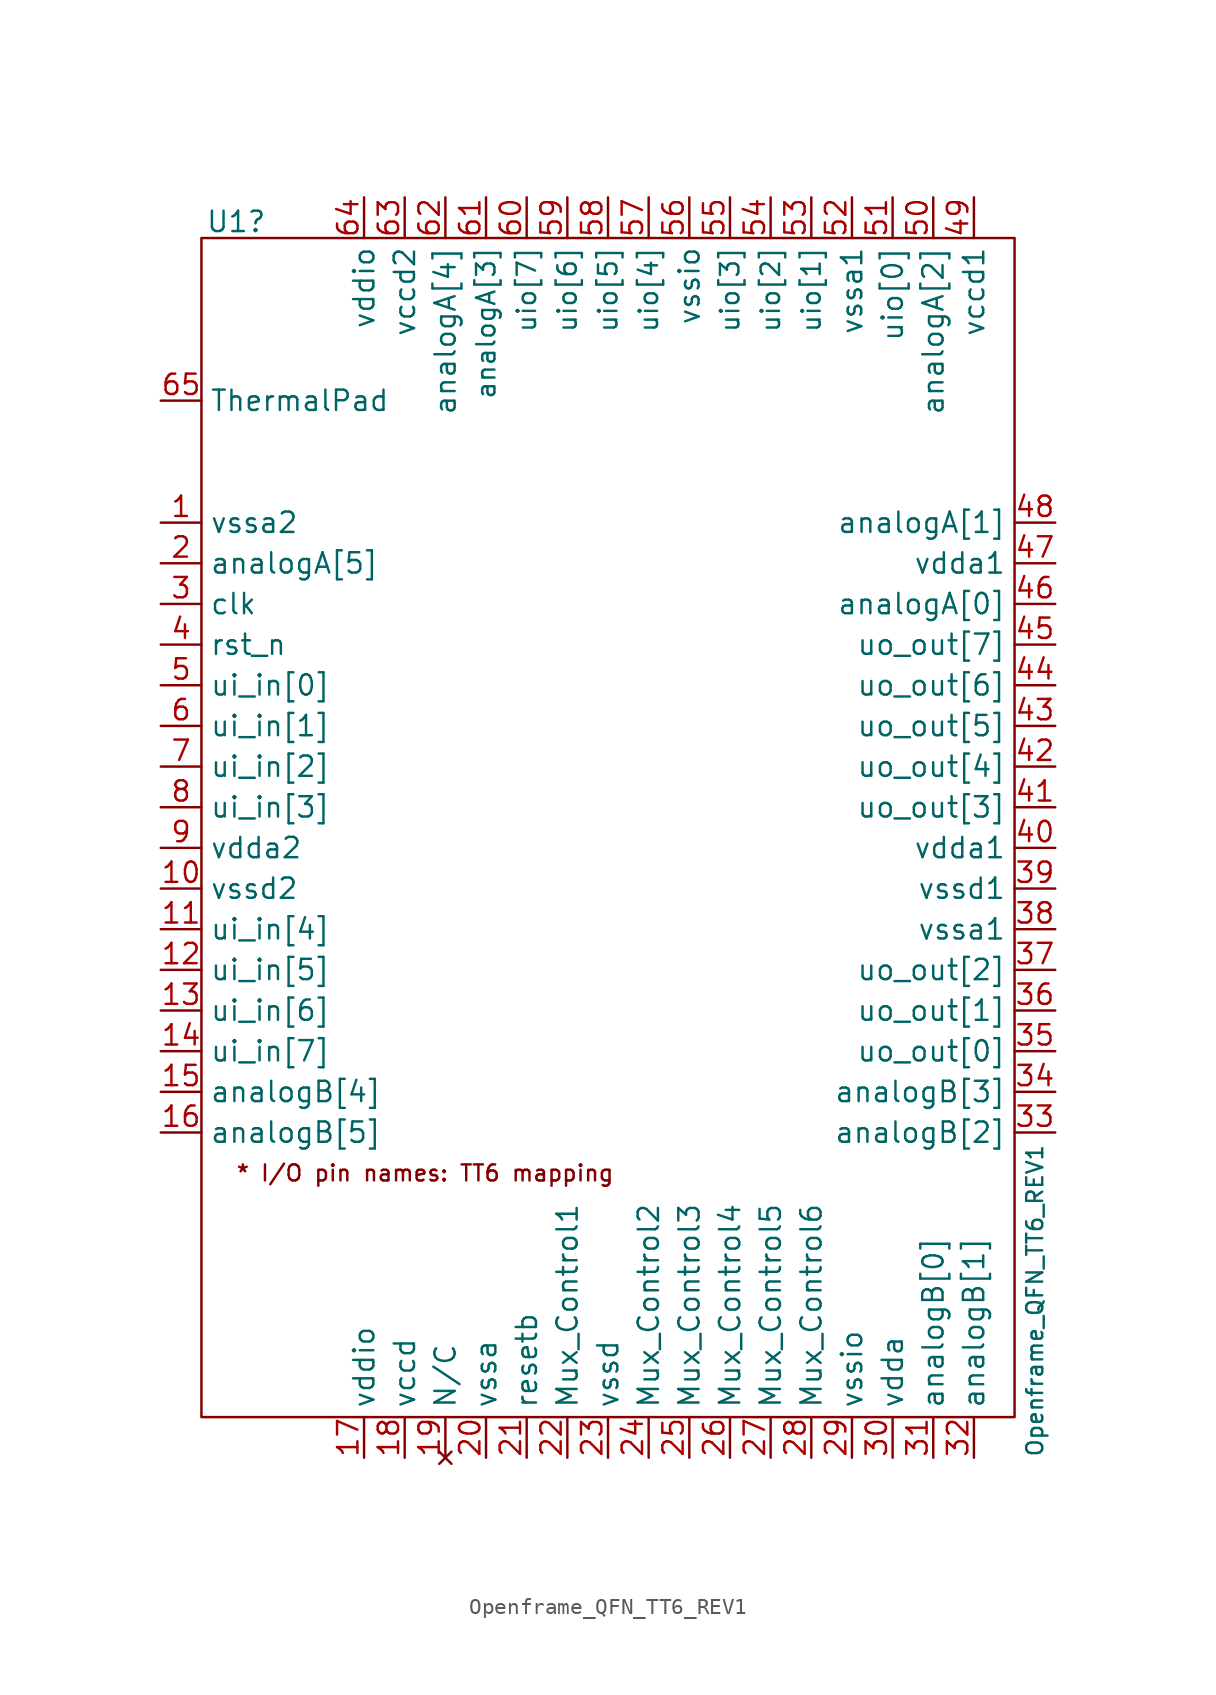
<source format=kicad_sym>
(kicad_symbol_lib
  (version 20231120)
  (generator "kicad_symbol_editor")
  (generator_version "8.0")
  (symbol "Openframe_QFN_TT6_REV1"
    (property "Reference" "U1"
      (at -26.416 41.656 0)
      (effects (font (size 1.27 1.27)) (justify left)))
    (property "Value" "Openframe_QFN_TT6_REV1"
      (at 25.4 -35.56 90)
      (effects (font (size 1 1)) (justify left)))
    (symbol "Openframe_QFN_TT6_REV1_0_1"
      (rectangle (start -26.67 40.64) (end 24.13 -33.02) (stroke (width 0) (type default)) (fill (type none))))
    (symbol "Openframe_QFN_TT6_REV1_1_1"
      (text "* I/O pin names: TT6 mapping" (at -12.7 -17.78 0) (effects (font (size 1 1))))
      (pin power_in line (at -29.21 22.86 0) (length 2.54) (name "vssa2" (effects (font (size 1.27 1.27)))) (number "1" (effects (font (size 1.27 1.27)))))
      (pin power_in line (at -29.21 0 0) (length 2.54) (name "vssd2" (effects (font (size 1.27 1.27)))) (number "10" (effects (font (size 1.27 1.27)))))
      (pin input line (at -29.21 -2.54 0) (length 2.54) (name "ui_in[4]" (effects (font (size 1.27 1.27)))) (number "11" (effects (font (size 1.27 1.27)))))
      (pin input line (at -29.21 -5.08 0) (length 2.54) (name "ui_in[5]" (effects (font (size 1.27 1.27)))) (number "12" (effects (font (size 1.27 1.27)))))
      (pin input line (at -29.21 -7.62 0) (length 2.54) (name "ui_in[6]" (effects (font (size 1.27 1.27)))) (number "13" (effects (font (size 1.27 1.27)))))
      (pin input line (at -29.21 -10.16 0) (length 2.54) (name "ui_in[7]" (effects (font (size 1.27 1.27)))) (number "14" (effects (font (size 1.27 1.27)))))
      (pin tri_state line (at -29.21 -12.7 0) (length 2.54) (name "analogB[4]" (effects (font (size 1.27 1.27)))) (number "15" (effects (font (size 1.27 1.27)))))
      (pin tri_state line (at -29.21 -15.24 0) (length 2.54) (name "analogB[5]" (effects (font (size 1.27 1.27)))) (number "16" (effects (font (size 1.27 1.27)))))
      (pin power_in line (at -16.51 -35.56 90) (length 2.54) (name "vddio" (effects (font (size 1.27 1.27)))) (number "17" (effects (font (size 1.27 1.27)))))
      (pin power_in line (at -13.97 -35.56 90) (length 2.54) (name "vccd" (effects (font (size 1.27 1.27)))) (number "18" (effects (font (size 1.27 1.27)))))
      (pin no_connect line (at -11.43 -35.56 90) (length 2.54) (name "N/C" (effects (font (size 1.27 1.27)))) (number "19" (effects (font (size 1.27 1.27)))))
      (pin tri_state line (at -29.21 20.32 0) (length 2.54) (name "analogA[5]" (effects (font (size 1.27 1.27)))) (number "2" (effects (font (size 1.27 1.27)))))
      (pin power_in line (at -8.89 -35.56 90) (length 2.54) (name "vssa" (effects (font (size 1.27 1.27)))) (number "20" (effects (font (size 1.27 1.27)))))
      (pin input line (at -6.35 -35.56 90) (length 2.54) (name "resetb" (effects (font (size 1.27 1.27)))) (number "21" (effects (font (size 1.27 1.27)))))
      (pin input line (at -3.81 -35.56 90) (length 2.54) (name "Mux_Control1" (effects (font (size 1.27 1.27)))) (number "22" (effects (font (size 1.27 1.27)))))
      (pin power_in line (at -1.27 -35.56 90) (length 2.54) (name "vssd" (effects (font (size 1.27 1.27)))) (number "23" (effects (font (size 1.27 1.27)))))
      (pin output line (at 1.27 -35.56 90) (length 2.54) (name "Mux_Control2" (effects (font (size 1.27 1.27)))) (number "24" (effects (font (size 1.27 1.27)))))
      (pin output line (at 3.81 -35.56 90) (length 2.54) (name "Mux_Control3" (effects (font (size 1.27 1.27)))) (number "25" (effects (font (size 1.27 1.27)))))
      (pin bidirectional line (at 6.35 -35.56 90) (length 2.54) (name "Mux_Control4" (effects (font (size 1.27 1.27)))) (number "26" (effects (font (size 1.27 1.27)))))
      (pin bidirectional line (at 8.89 -35.56 90) (length 2.54) (name "Mux_Control5" (effects (font (size 1.27 1.27)))) (number "27" (effects (font (size 1.27 1.27)))))
      (pin bidirectional line (at 11.43 -35.56 90) (length 2.54) (name "Mux_Control6" (effects (font (size 1.27 1.27)))) (number "28" (effects (font (size 1.27 1.27)))))
      (pin power_in line (at 13.97 -35.56 90) (length 2.54) (name "vssio" (effects (font (size 1.27 1.27)))) (number "29" (effects (font (size 1.27 1.27)))))
      (pin input line (at -29.21 17.78 0) (length 2.54) (name "clk" (effects (font (size 1.27 1.27)))) (number "3" (effects (font (size 1.27 1.27)))))
      (pin power_in line (at 16.51 -35.56 90) (length 2.54) (name "vdda" (effects (font (size 1.27 1.27)))) (number "30" (effects (font (size 1.27 1.27)))))
      (pin tri_state line (at 19.05 -35.56 90) (length 2.54) (name "analogB[0]" (effects (font (size 1.27 1.27)))) (number "31" (effects (font (size 1.27 1.27)))))
      (pin tri_state line (at 21.59 -35.56 90) (length 2.54) (name "analogB[1]" (effects (font (size 1.27 1.27)))) (number "32" (effects (font (size 1.27 1.27)))))
      (pin tri_state line (at 26.67 -15.24 180) (length 2.54) (name "analogB[2]" (effects (font (size 1.27 1.27)))) (number "33" (effects (font (size 1.27 1.27)))))
      (pin tri_state line (at 26.67 -12.7 180) (length 2.54) (name "analogB[3]" (effects (font (size 1.27 1.27)))) (number "34" (effects (font (size 1.27 1.27)))))
      (pin output line (at 26.67 -10.16 180) (length 2.54) (name "uo_out[0]" (effects (font (size 1.27 1.27)))) (number "35" (effects (font (size 1.27 1.27)))))
      (pin output line (at 26.67 -7.62 180) (length 2.54) (name "uo_out[1]" (effects (font (size 1.27 1.27)))) (number "36" (effects (font (size 1.27 1.27)))))
      (pin output line (at 26.67 -5.08 180) (length 2.54) (name "uo_out[2]" (effects (font (size 1.27 1.27)))) (number "37" (effects (font (size 1.27 1.27)))))
      (pin power_in line (at 26.67 -2.54 180) (length 2.54) (name "vssa1" (effects (font (size 1.27 1.27)))) (number "38" (effects (font (size 1.27 1.27)))))
      (pin power_in line (at 26.67 0 180) (length 2.54) (name "vssd1" (effects (font (size 1.27 1.27)))) (number "39" (effects (font (size 1.27 1.27)))))
      (pin input line (at -29.21 15.24 0) (length 2.54) (name "rst_n" (effects (font (size 1.27 1.27)))) (number "4" (effects (font (size 1.27 1.27)))))
      (pin power_in line (at 26.67 2.54 180) (length 2.54) (name "vdda1" (effects (font (size 1.27 1.27)))) (number "40" (effects (font (size 1.27 1.27)))))
      (pin output line (at 26.67 5.08 180) (length 2.54) (name "uo_out[3]" (effects (font (size 1.27 1.27)))) (number "41" (effects (font (size 1.27 1.27)))))
      (pin output line (at 26.67 7.62 180) (length 2.54) (name "uo_out[4]" (effects (font (size 1.27 1.27)))) (number "42" (effects (font (size 1.27 1.27)))))
      (pin output line (at 26.67 10.16 180) (length 2.54) (name "uo_out[5]" (effects (font (size 1.27 1.27)))) (number "43" (effects (font (size 1.27 1.27)))))
      (pin output line (at 26.67 12.7 180) (length 2.54) (name "uo_out[6]" (effects (font (size 1.27 1.27)))) (number "44" (effects (font (size 1.27 1.27)))))
      (pin output line (at 26.67 15.24 180) (length 2.54) (name "uo_out[7]" (effects (font (size 1.27 1.27)))) (number "45" (effects (font (size 1.27 1.27)))))
      (pin tri_state line (at 26.67 17.78 180) (length 2.54) (name "analogA[0]" (effects (font (size 1.27 1.27)))) (number "46" (effects (font (size 1.27 1.27)))))
      (pin power_in line (at 26.67 20.32 180) (length 2.54) (name "vdda1" (effects (font (size 1.27 1.27)))) (number "47" (effects (font (size 1.27 1.27)))))
      (pin tri_state line (at 26.67 22.86 180) (length 2.54) (name "analogA[1]" (effects (font (size 1.27 1.27)))) (number "48" (effects (font (size 1.27 1.27)))))
      (pin power_in line (at 21.59 43.18 270) (length 2.54) (name "vccd1" (effects (font (size 1.27 1.27)))) (number "49" (effects (font (size 1.27 1.27)))))
      (pin input line (at -29.21 12.7 0) (length 2.54) (name "ui_in[0]" (effects (font (size 1.27 1.27)))) (number "5" (effects (font (size 1.27 1.27)))))
      (pin tri_state line (at 19.05 43.18 270) (length 2.54) (name "analogA[2]" (effects (font (size 1.27 1.27)))) (number "50" (effects (font (size 1.27 1.27)))))
      (pin bidirectional line (at 16.51 43.18 270) (length 2.54) (name "uio[0]" (effects (font (size 1.27 1.27)))) (number "51" (effects (font (size 1.27 1.27)))))
      (pin power_in line (at 13.97 43.18 270) (length 2.54) (name "vssa1" (effects (font (size 1.27 1.27)))) (number "52" (effects (font (size 1.27 1.27)))))
      (pin bidirectional line (at 11.43 43.18 270) (length 2.54) (name "uio[1]" (effects (font (size 1.15 1.15)))) (number "53" (effects (font (size 1.27 1.27)))))
      (pin bidirectional line (at 8.89 43.18 270) (length 2.54) (name "uio[2]" (effects (font (size 1.15 1.15)))) (number "54" (effects (font (size 1.27 1.27)))))
      (pin bidirectional line (at 6.35 43.18 270) (length 2.54) (name "uio[3]" (effects (font (size 1.15 1.15)))) (number "55" (effects (font (size 1.27 1.27)))))
      (pin power_in line (at 3.81 43.18 270) (length 2.54) (name "vssio" (effects (font (size 1.27 1.27)))) (number "56" (effects (font (size 1.27 1.27)))))
      (pin bidirectional line (at 1.27 43.18 270) (length 2.54) (name "uio[4]" (effects (font (size 1.15 1.15)))) (number "57" (effects (font (size 1.27 1.27)))))
      (pin bidirectional line (at -1.27 43.18 270) (length 2.54) (name "uio[5]" (effects (font (size 1.15 1.15)))) (number "58" (effects (font (size 1.27 1.27)))))
      (pin bidirectional line (at -3.81 43.18 270) (length 2.54) (name "uio[6]" (effects (font (size 1.15 1.15)))) (number "59" (effects (font (size 1.27 1.27)))))
      (pin input line (at -29.21 10.16 0) (length 2.54) (name "ui_in[1]" (effects (font (size 1.27 1.27)))) (number "6" (effects (font (size 1.27 1.27)))))
      (pin bidirectional line (at -6.35 43.18 270) (length 2.54) (name "uio[7]" (effects (font (size 1.15 1.15)))) (number "60" (effects (font (size 1.27 1.27)))))
      (pin tri_state line (at -8.89 43.18 270) (length 2.54) (name "analogA[3]" (effects (font (size 1.15 1.15)))) (number "61" (effects (font (size 1.27 1.27)))))
      (pin tri_state line (at -11.43 43.18 270) (length 2.54) (name "analogA[4]" (effects (font (size 1.27 1.27)))) (number "62" (effects (font (size 1.27 1.27)))))
      (pin power_in line (at -13.97 43.18 270) (length 2.54) (name "vccd2" (effects (font (size 1.27 1.27)))) (number "63" (effects (font (size 1.27 1.27)))))
      (pin power_in line (at -16.51 43.18 270) (length 2.54) (name "vddio" (effects (font (size 1.27 1.27)))) (number "64" (effects (font (size 1.27 1.27)))))
      (pin power_in line (at -29.21 30.48 0) (length 2.54) (name "ThermalPad" (effects (font (size 1.27 1.27)))) (number "65" (effects (font (size 1.27 1.27)))))
      (pin input line (at -29.21 7.62 0) (length 2.54) (name "ui_in[2]" (effects (font (size 1.27 1.27)))) (number "7" (effects (font (size 1.27 1.27)))))
      (pin input line (at -29.21 5.08 0) (length 2.54) (name "ui_in[3]" (effects (font (size 1.27 1.27)))) (number "8" (effects (font (size 1.27 1.27)))))
      (pin power_in line (at -29.21 2.54 0) (length 2.54) (name "vdda2" (effects (font (size 1.27 1.27)))) (number "9" (effects (font (size 1.27 1.27))))))))
</source>
